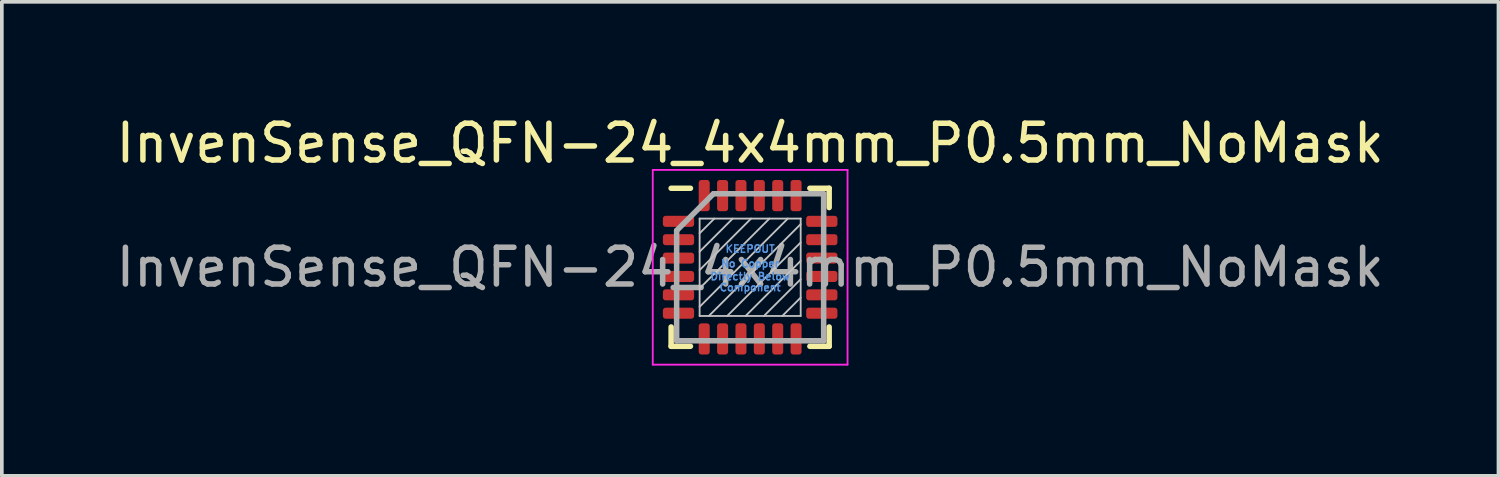
<source format=kicad_pcb>
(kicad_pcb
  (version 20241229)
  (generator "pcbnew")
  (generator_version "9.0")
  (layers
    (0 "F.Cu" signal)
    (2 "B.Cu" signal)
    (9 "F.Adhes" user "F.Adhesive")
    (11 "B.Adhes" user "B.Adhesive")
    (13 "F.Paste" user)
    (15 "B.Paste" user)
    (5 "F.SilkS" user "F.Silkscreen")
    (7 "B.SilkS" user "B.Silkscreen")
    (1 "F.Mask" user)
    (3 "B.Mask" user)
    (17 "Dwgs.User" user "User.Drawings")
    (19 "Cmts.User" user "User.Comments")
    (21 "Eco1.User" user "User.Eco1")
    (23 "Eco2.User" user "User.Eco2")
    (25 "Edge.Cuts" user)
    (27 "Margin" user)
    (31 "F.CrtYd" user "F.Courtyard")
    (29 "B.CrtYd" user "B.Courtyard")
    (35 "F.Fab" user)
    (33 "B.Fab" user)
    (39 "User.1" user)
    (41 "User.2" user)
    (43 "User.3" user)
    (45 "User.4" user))
  (footprint "InvenSense_QFN-24_4x4mm_P0.5mm_NoMask"
    (layer "F.Cu")
    (at 17.363 4.223)
    (property "Reference" "InvenSense_QFN-24_4x4mm_P0.5mm_NoMask" (at 0 -3.375 0) (layer "F.SilkS") (effects (font (size 1 1) (thickness 0.15))))
    (attr smd)
    (fp_line (start -2.15 -2.15) (end -1.625 -2.15) (stroke (width 0.15) (type solid)) (layer "F.SilkS"))
    (fp_line (start -2.15 2.15) (end -2.15 1.625) (stroke (width 0.15) (type solid)) (layer "F.SilkS"))
    (fp_line (start -2.15 2.15) (end -1.625 2.15) (stroke (width 0.15) (type solid)) (layer "F.SilkS"))
    (fp_line (start 2.15 -2.15) (end 1.625 -2.15) (stroke (width 0.15) (type solid)) (layer "F.SilkS"))
    (fp_line (start 2.15 -2.15) (end 2.15 -1.625) (stroke (width 0.15) (type solid)) (layer "F.SilkS"))
    (fp_line (start 2.15 2.15) (end 1.625 2.15) (stroke (width 0.15) (type solid)) (layer "F.SilkS"))
    (fp_line (start 2.15 2.15) (end 2.15 1.625) (stroke (width 0.15) (type solid)) (layer "F.SilkS"))
    (fp_line (start -1.375 1.325) (end -1.375 -1.325) (stroke (width 0.05) (type solid)) (layer "Dwgs.User"))
    (fp_line (start -0.975 -1.325) (end -1.375 -0.925) (stroke (width 0.05) (type solid)) (layer "Dwgs.User"))
    (fp_line (start -0.475 -1.325) (end -1.375 -0.425) (stroke (width 0.05) (type solid)) (layer "Dwgs.User"))
    (fp_line (start 0.025 -1.325) (end -1.375 0.075) (stroke (width 0.05) (type solid)) (layer "Dwgs.User"))
    (fp_line (start 0.525 -1.325) (end -1.375 0.575) (stroke (width 0.05) (type solid)) (layer "Dwgs.User"))
    (fp_line (start 1.025 -1.325) (end -1.375 1.075) (stroke (width 0.05) (type solid)) (layer "Dwgs.User"))
    (fp_line (start 1.375 -1.325) (end -1.375 -1.325) (stroke (width 0.05) (type solid)) (layer "Dwgs.User"))
    (fp_line (start 1.375 -1.175) (end -1.125 1.325) (stroke (width 0.05) (type solid)) (layer "Dwgs.User"))
    (fp_line (start 1.375 -0.675) (end -0.625 1.325) (stroke (width 0.05) (type solid)) (layer "Dwgs.User"))
    (fp_line (start 1.375 -0.175) (end -0.125 1.325) (stroke (width 0.05) (type solid)) (layer "Dwgs.User"))
    (fp_line (start 1.375 0.325) (end 0.375 1.325) (stroke (width 0.05) (type solid)) (layer "Dwgs.User"))
    (fp_line (start 1.375 0.825) (end 0.875 1.325) (stroke (width 0.05) (type solid)) (layer "Dwgs.User"))
    (fp_line (start 1.375 1.325) (end -1.375 1.325) (stroke (width 0.05) (type solid)) (layer "Dwgs.User"))
    (fp_line (start 1.375 1.325) (end 1.375 -1.325) (stroke (width 0.05) (type solid)) (layer "Dwgs.User"))
    (fp_line (start -2.65 -2.65) (end -2.65 2.65) (stroke (width 0.05) (type solid)) (layer "F.CrtYd"))
    (fp_line (start -2.65 -2.65) (end 2.65 -2.65) (stroke (width 0.05) (type solid)) (layer "F.CrtYd"))
    (fp_line (start -2.65 2.65) (end 2.65 2.65) (stroke (width 0.05) (type solid)) (layer "F.CrtYd"))
    (fp_line (start 2.65 -2.65) (end 2.65 2.65) (stroke (width 0.05) (type solid)) (layer "F.CrtYd"))
    (fp_line (start -2 -1) (end -1 -2) (stroke (width 0.15) (type solid)) (layer "F.Fab"))
    (fp_line (start -2 2) (end -2 -1) (stroke (width 0.15) (type solid)) (layer "F.Fab"))
    (fp_line (start -1 -2) (end 2 -2) (stroke (width 0.15) (type solid)) (layer "F.Fab"))
    (fp_line (start 2 -2) (end 2 2) (stroke (width 0.15) (type solid)) (layer "F.Fab"))
    (fp_line (start 2 2) (end -2 2) (stroke (width 0.15) (type solid)) (layer "F.Fab"))
    (fp_text user "No Copper" (at 0 -0.1 0) (layer "Cmts.User") (effects (font (size 0.2 0.2) (thickness 0.04))))
    (fp_text user "Component" (at 0 0.55 0) (layer "Cmts.User") (effects (font (size 0.2 0.2) (thickness 0.04))))
    (fp_text user "KEEPOUT" (at 0 -0.5 0) (layer "Cmts.User") (effects (font (size 0.2 0.2) (thickness 0.04))))
    (fp_text user "Directly Below" (at 0 0.25 0) (layer "Cmts.User") (effects (font (size 0.2 0.2) (thickness 0.04))))
    (fp_text user "${REFERENCE}" (at 0 0 0) (layer "F.Fab") (effects (font (size 1 1) (thickness 0.15))))
    (pad "" smd roundrect (at 0 0) (size 2.75 2.65) (layers "F.Mask") (roundrect_rratio 0.094))
    (pad "1" smd roundrect (at -1.95 -1.25) (size 0.85 0.3) (layers "F.Cu" "F.Mask" "F.Paste") (roundrect_rratio 0.25))
    (pad "2" smd roundrect (at -1.95 -0.75) (size 0.85 0.3) (layers "F.Cu" "F.Mask" "F.Paste") (roundrect_rratio 0.25))
    (pad "3" smd roundrect (at -1.95 -0.25) (size 0.85 0.3) (layers "F.Cu" "F.Mask" "F.Paste") (roundrect_rratio 0.25))
    (pad "4" smd roundrect (at -1.95 0.25) (size 0.85 0.3) (layers "F.Cu" "F.Mask" "F.Paste") (roundrect_rratio 0.25))
    (pad "5" smd roundrect (at -1.95 0.75) (size 0.85 0.3) (layers "F.Cu" "F.Mask" "F.Paste") (roundrect_rratio 0.25))
    (pad "6" smd roundrect (at -1.95 1.25) (size 0.85 0.3) (layers "F.Cu" "F.Mask" "F.Paste") (roundrect_rratio 0.25))
    (pad "7" smd roundrect (at -1.25 1.95 90) (size 0.85 0.3) (layers "F.Cu" "F.Mask" "F.Paste") (roundrect_rratio 0.25))
    (pad "8" smd roundrect (at -0.75 1.95 90) (size 0.85 0.3) (layers "F.Cu" "F.Mask" "F.Paste") (roundrect_rratio 0.25))
    (pad "9" smd roundrect (at -0.25 1.95 90) (size 0.85 0.3) (layers "F.Cu" "F.Mask" "F.Paste") (roundrect_rratio 0.25))
    (pad "10" smd roundrect (at 0.25 1.95 90) (size 0.85 0.3) (layers "F.Cu" "F.Mask" "F.Paste") (roundrect_rratio 0.25))
    (pad "11" smd roundrect (at 0.75 1.95 90) (size 0.85 0.3) (layers "F.Cu" "F.Mask" "F.Paste") (roundrect_rratio 0.25))
    (pad "12" smd roundrect (at 1.25 1.95 90) (size 0.85 0.3) (layers "F.Cu" "F.Mask" "F.Paste") (roundrect_rratio 0.25))
    (pad "13" smd roundrect (at 1.95 1.25) (size 0.85 0.3) (layers "F.Cu" "F.Mask" "F.Paste") (roundrect_rratio 0.25))
    (pad "14" smd roundrect (at 1.95 0.75) (size 0.85 0.3) (layers "F.Cu" "F.Mask" "F.Paste") (roundrect_rratio 0.25))
    (pad "15" smd roundrect (at 1.95 0.25) (size 0.85 0.3) (layers "F.Cu" "F.Mask" "F.Paste") (roundrect_rratio 0.25))
    (pad "16" smd roundrect (at 1.95 -0.25) (size 0.85 0.3) (layers "F.Cu" "F.Mask" "F.Paste") (roundrect_rratio 0.25))
    (pad "17" smd roundrect (at 1.95 -0.75) (size 0.85 0.3) (layers "F.Cu" "F.Mask" "F.Paste") (roundrect_rratio 0.25))
    (pad "18" smd roundrect (at 1.95 -1.25) (size 0.85 0.3) (layers "F.Cu" "F.Mask" "F.Paste") (roundrect_rratio 0.25))
    (pad "19" smd roundrect (at 1.25 -1.95 90) (size 0.85 0.3) (layers "F.Cu" "F.Mask" "F.Paste") (roundrect_rratio 0.25))
    (pad "20" smd roundrect (at 0.75 -1.95 90) (size 0.85 0.3) (layers "F.Cu" "F.Mask" "F.Paste") (roundrect_rratio 0.25))
    (pad "21" smd roundrect (at 0.25 -1.95 90) (size 0.85 0.3) (layers "F.Cu" "F.Mask" "F.Paste") (roundrect_rratio 0.25))
    (pad "22" smd roundrect (at -0.25 -1.95 90) (size 0.85 0.3) (layers "F.Cu" "F.Mask" "F.Paste") (roundrect_rratio 0.25))
    (pad "23" smd roundrect (at -0.75 -1.95 90) (size 0.85 0.3) (layers "F.Cu" "F.Mask" "F.Paste") (roundrect_rratio 0.25))
    (pad "24" smd roundrect (at -1.25 -1.95 90) (size 0.85 0.3) (layers "F.Cu" "F.Mask" "F.Paste") (roundrect_rratio 0.25)))
  (gr_rect
    (start -3 -3)
    (end 37.726 9.898)
    (stroke (width 0.1) (type default))
    (fill no)
    (layer "Edge.Cuts")))
</source>
